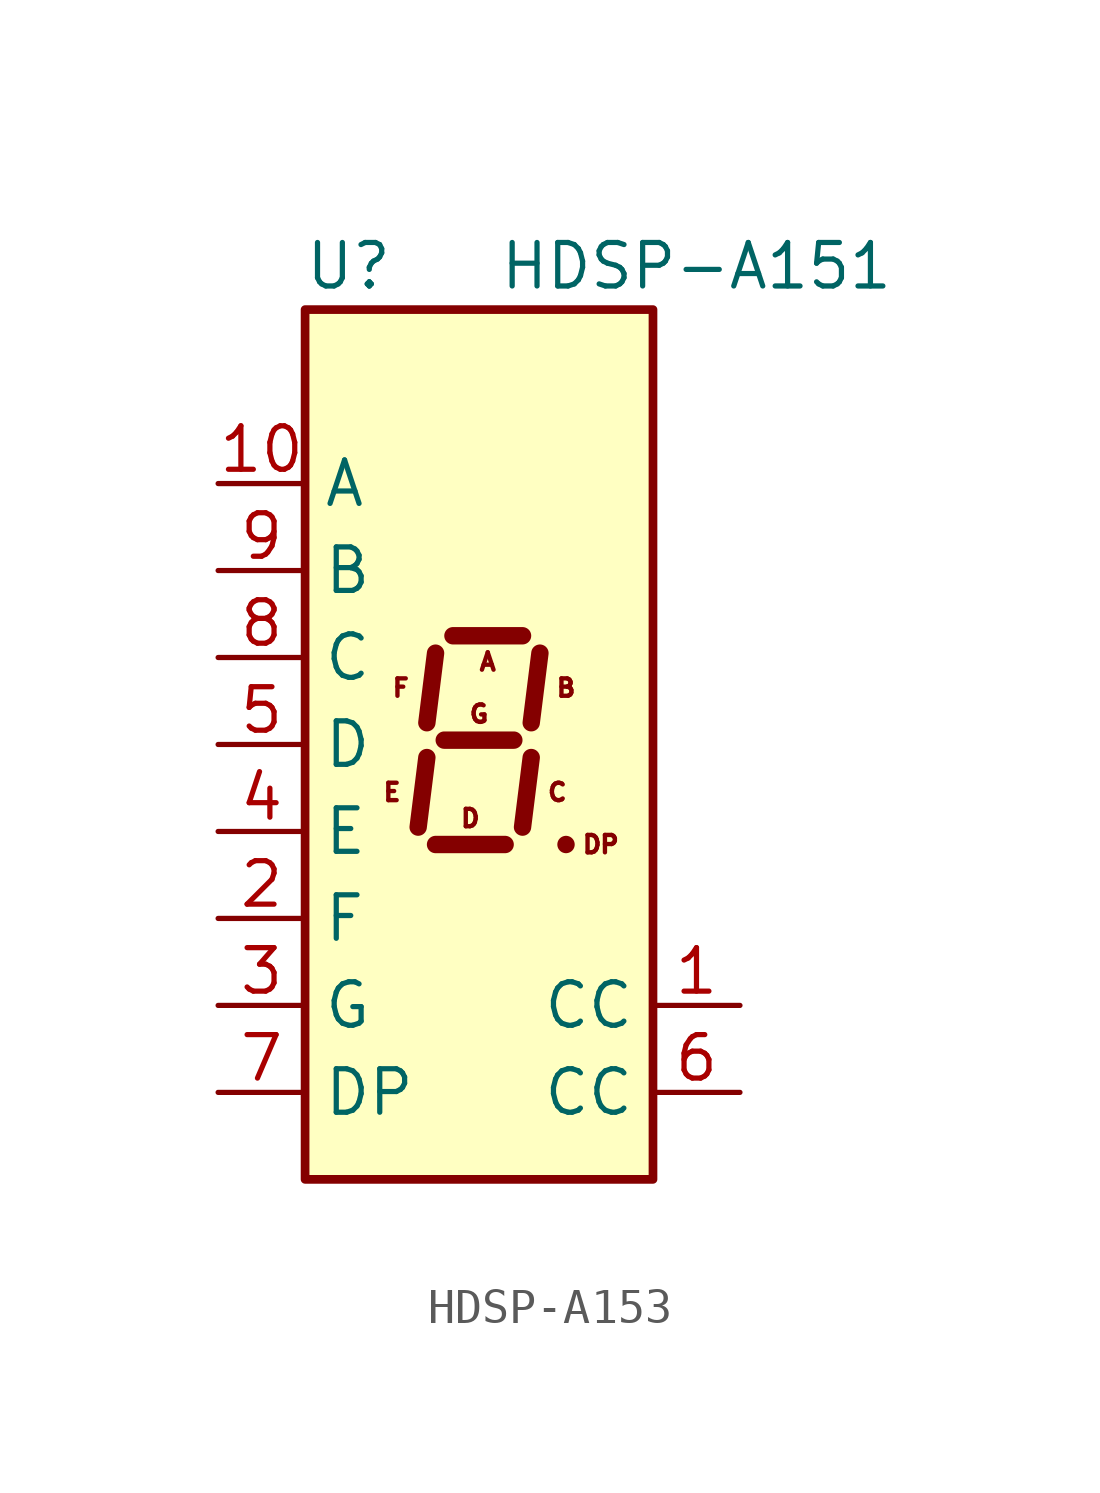
<source format=kicad_sym>
(kicad_symbol_lib
  (version 20231120)
  (generator "kicad_symbol_editor")
  (generator_version "8.0")
  (symbol "HDSP-A153"
    (property "Reference" "U"
      (at -3.81 13.97 0)
      (effects (font (size 1.27 1.27))))
    (property "Value" "HDSP-A151"
      (at 6.35 13.97 0)
      (effects (font (size 1.27 1.27))))
    (symbol "HDSP-A153_1_0"
      (text "A" (at 0.254 2.413 0) (effects (font (size 0.508 0.508))))
      (text "B" (at 2.54 1.651 0) (effects (font (size 0.508 0.508))))
      (text "C" (at 2.286 -1.397 0) (effects (font (size 0.508 0.508))))
      (text "D" (at -0.254 -2.159 0) (effects (font (size 0.508 0.508))))
      (text "DP" (at 3.556 -2.921 0) (effects (font (size 0.508 0.508))))
      (text "E" (at -2.54 -1.397 0) (effects (font (size 0.508 0.508))))
      (text "F" (at -2.286 1.651 0) (effects (font (size 0.508 0.508))))
      (text "G" (at 0 0.889 0) (effects (font (size 0.508 0.508)))))
    (symbol "HDSP-A153_1_1"
      (rectangle (start -5.08 12.7) (end 5.08 -12.7) (stroke (width 0.254) (type default)) (fill (type background)))
      (polyline (pts (xy -1.524 -0.381) (xy -1.778 -2.413)) (stroke (width 0.508) (type default)) (fill (type none)))
      (polyline (pts (xy -1.27 -2.921) (xy 0.762 -2.921)) (stroke (width 0.508) (type default)) (fill (type none)))
      (polyline (pts (xy -1.27 2.667) (xy -1.524 0.635)) (stroke (width 0.508) (type default)) (fill (type none)))
      (polyline (pts (xy -1.016 0.127) (xy 1.016 0.127)) (stroke (width 0.508) (type default)) (fill (type none)))
      (polyline (pts (xy -0.762 3.175) (xy 1.27 3.175)) (stroke (width 0.508) (type default)) (fill (type none)))
      (polyline (pts (xy 1.524 -0.381) (xy 1.27 -2.413)) (stroke (width 0.508) (type default)) (fill (type none)))
      (polyline (pts (xy 1.778 2.667) (xy 1.524 0.635)) (stroke (width 0.508) (type default)) (fill (type none)))
      (polyline (pts (xy 2.54 -2.921) (xy 2.54 -2.921)) (stroke (width 0.508) (type default)) (fill (type none)))
      (pin input line (at 7.62 -7.62 180) (length 2.54) (name "CC" (effects (font (size 1.27 1.27)))) (number "1" (effects (font (size 1.27 1.27)))))
      (pin input line (at -7.62 7.62 0) (length 2.54) (name "A" (effects (font (size 1.27 1.27)))) (number "10" (effects (font (size 1.27 1.27)))))
      (pin input line (at -7.62 -5.08 0) (length 2.54) (name "F" (effects (font (size 1.27 1.27)))) (number "2" (effects (font (size 1.27 1.27)))))
      (pin input line (at -7.62 -7.62 0) (length 2.54) (name "G" (effects (font (size 1.27 1.27)))) (number "3" (effects (font (size 1.27 1.27)))))
      (pin input line (at -7.62 -2.54 0) (length 2.54) (name "E" (effects (font (size 1.27 1.27)))) (number "4" (effects (font (size 1.27 1.27)))))
      (pin input line (at -7.62 0 0) (length 2.54) (name "D" (effects (font (size 1.27 1.27)))) (number "5" (effects (font (size 1.27 1.27)))))
      (pin input line (at 7.62 -10.16 180) (length 2.54) (name "CC" (effects (font (size 1.27 1.27)))) (number "6" (effects (font (size 1.27 1.27)))))
      (pin input line (at -7.62 -10.16 0) (length 2.54) (name "DP" (effects (font (size 1.27 1.27)))) (number "7" (effects (font (size 1.27 1.27)))))
      (pin input line (at -7.62 2.54 0) (length 2.54) (name "C" (effects (font (size 1.27 1.27)))) (number "8" (effects (font (size 1.27 1.27)))))
      (pin input line (at -7.62 5.08 0) (length 2.54) (name "B" (effects (font (size 1.27 1.27)))) (number "9" (effects (font (size 1.27 1.27))))))))
</source>
